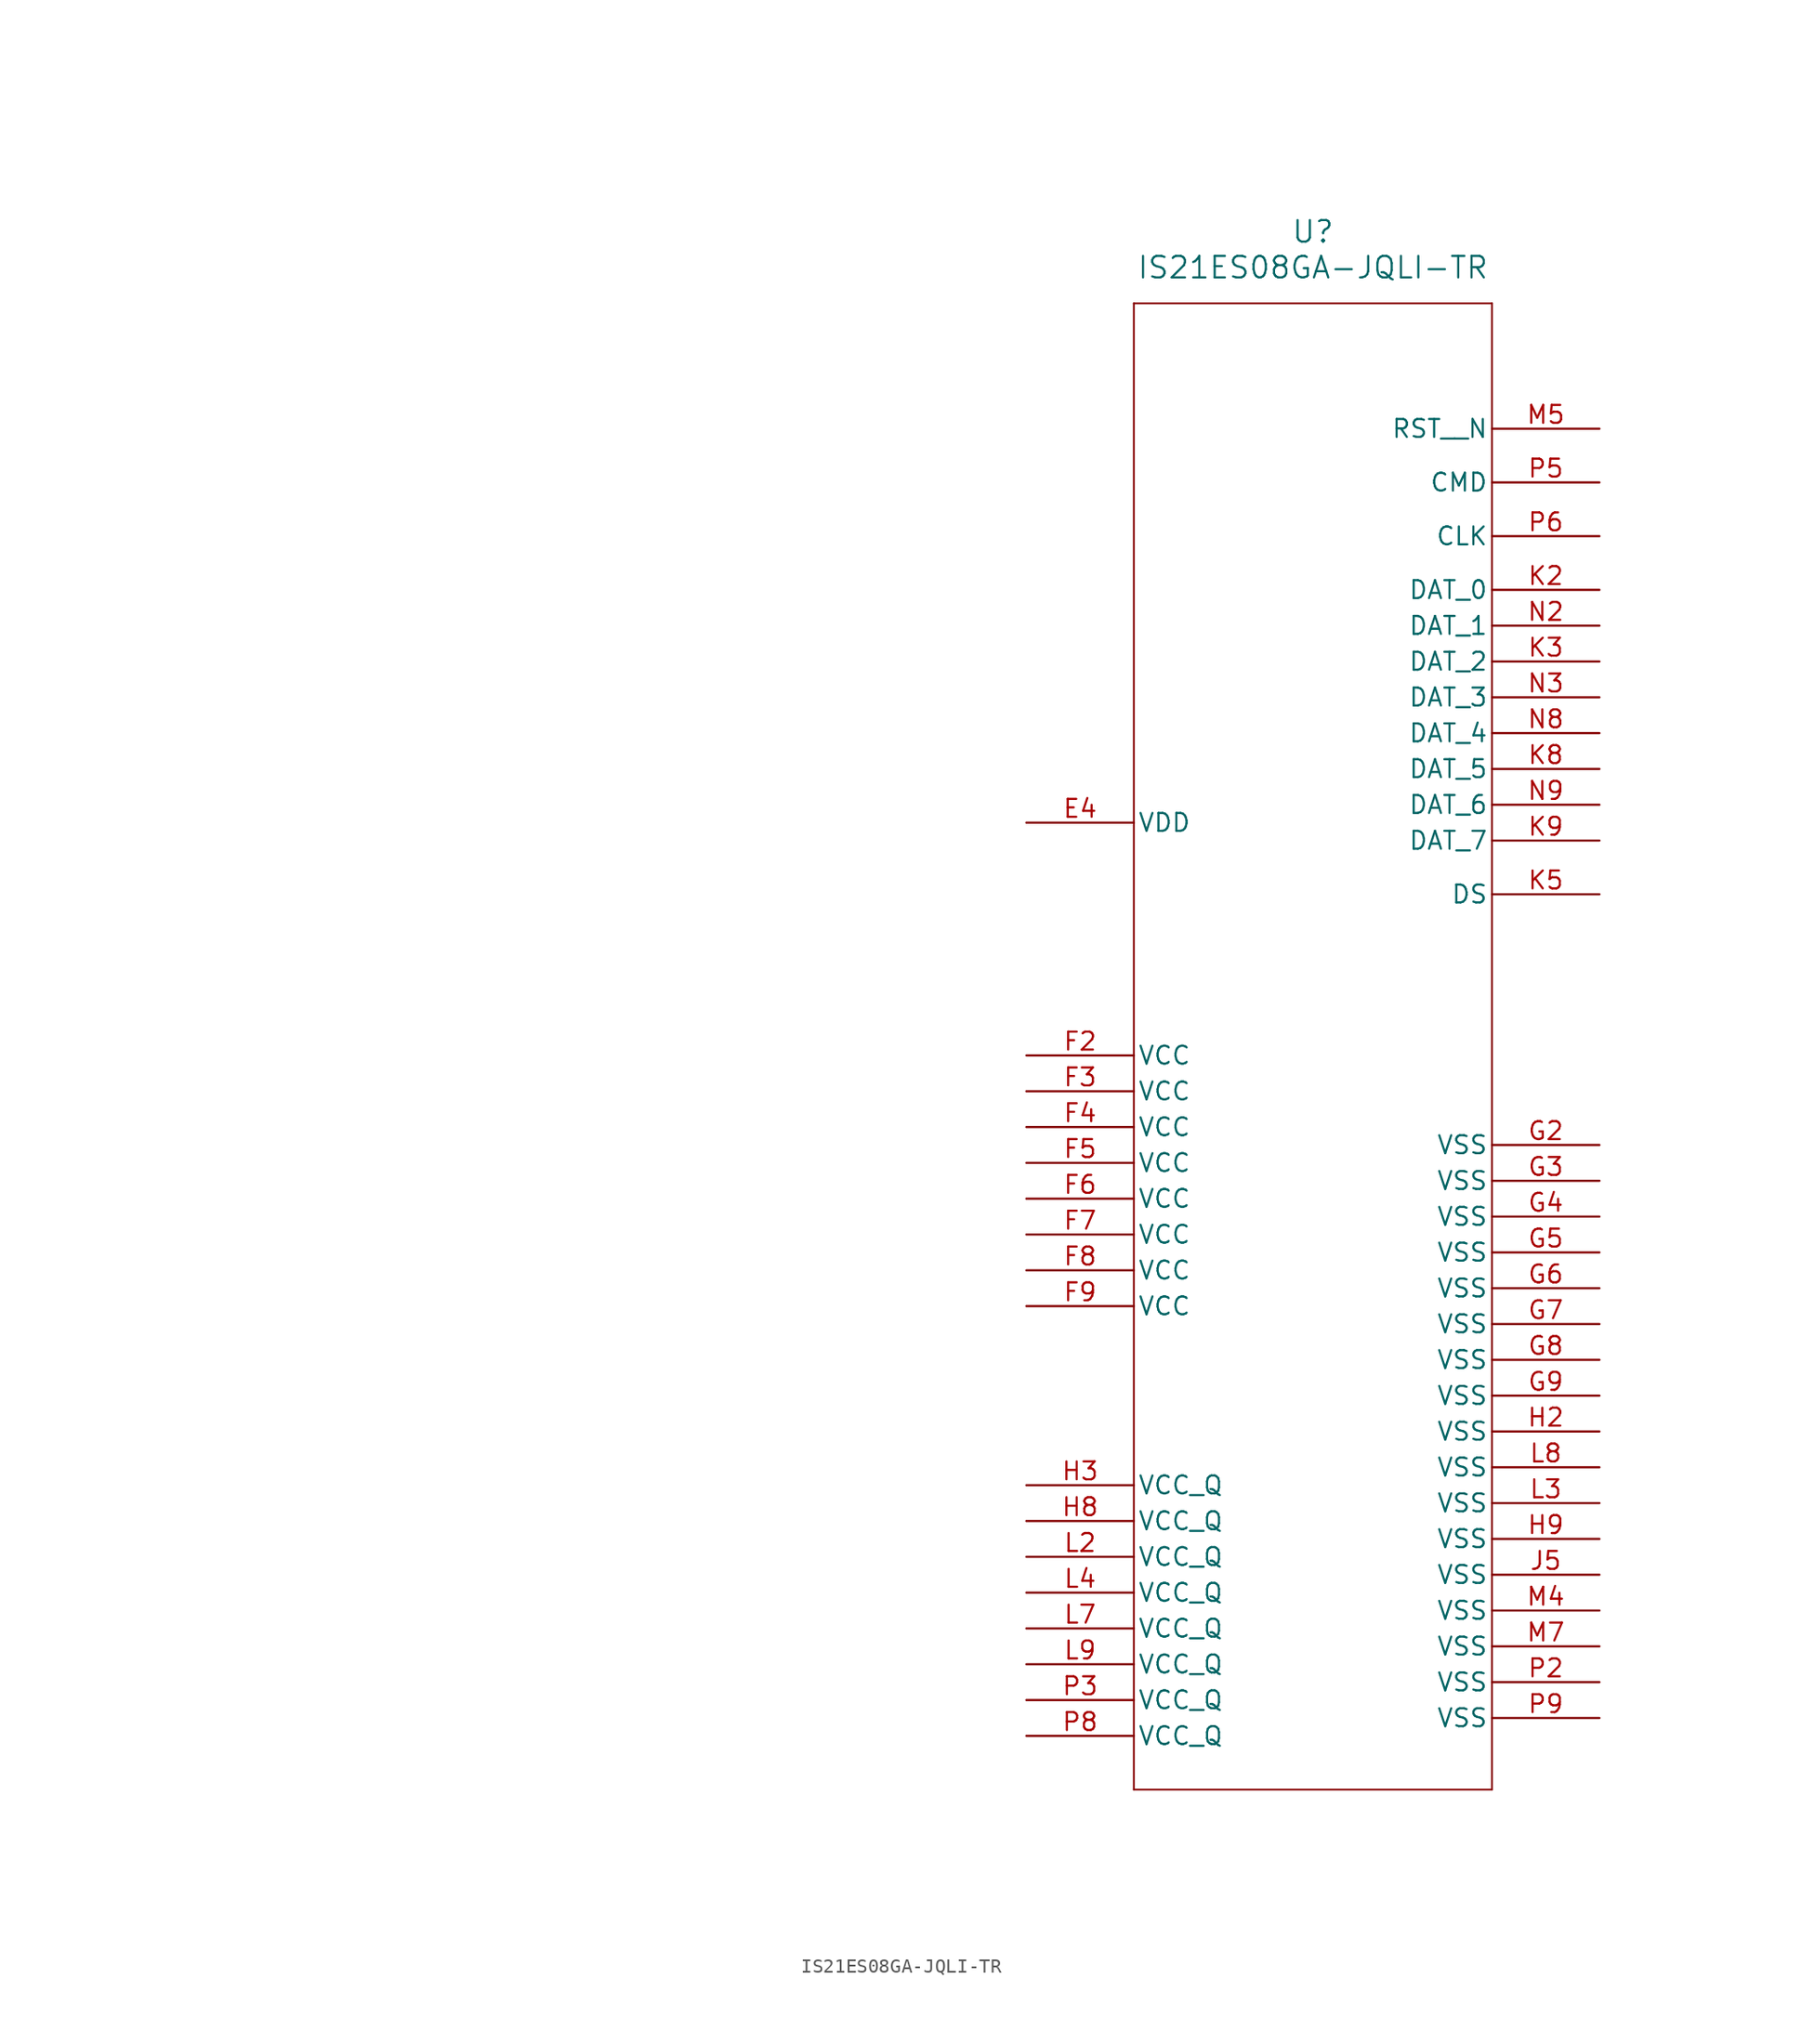
<source format=kicad_sym>
(kicad_symbol_lib
  (version 20241209)
  (generator "kicad_symbol_editor")
  (generator_version "9.0")
  (symbol "IS21ES08GA-JQLI-TR"
    (pin_names
      (offset 0.254))
    (property "Reference" "U"
      (at 33.02 -5.08 0)
      (effects (font (size 1.524 1.524))))
    (property "Value" "IS21ES08GA-JQLI-TR"
      (at 33.02 -7.62 0)
      (effects (font (size 1.524 1.524))))
    (property "ki_locked" ""
      (at 0 0 0)
      (effects (font (size 1.27 1.27))))
    (symbol "IS21ES08GA-JQLI-TR_0_1"
      (polyline (pts (xy 20.32 -10.16) (xy 20.32 -115.57)) (stroke (width 0.127) (type default)) (fill (type none)))
      (polyline (pts (xy 20.32 -115.57) (xy 45.72 -115.57)) (stroke (width 0.127) (type default)) (fill (type none)))
      (polyline (pts (xy 45.72 -10.16) (xy 20.32 -10.16)) (stroke (width 0.127) (type default)) (fill (type none)))
      (polyline (pts (xy 45.72 -115.57) (xy 45.72 -10.16)) (stroke (width 0.127) (type default)) (fill (type none)))
      (pin no_connect line (at -45.72 -11.43 0) (length 7.62) (hide yes) (name "RFU" (effects (font (size 1.27 1.27)))) (number "D2" (effects (font (size 1.27 1.27)))))
      (pin no_connect line (at -45.72 -13.97 0) (length 7.62) (hide yes) (name "RFU" (effects (font (size 1.27 1.27)))) (number "D3" (effects (font (size 1.27 1.27)))))
      (pin no_connect line (at -45.72 -16.51 0) (length 7.62) (hide yes) (name "RFU" (effects (font (size 1.27 1.27)))) (number "D4" (effects (font (size 1.27 1.27)))))
      (pin no_connect line (at -45.72 -19.05 0) (length 7.62) (hide yes) (name "RFU" (effects (font (size 1.27 1.27)))) (number "D5" (effects (font (size 1.27 1.27)))))
      (pin no_connect line (at -45.72 -21.59 0) (length 7.62) (hide yes) (name "RFU" (effects (font (size 1.27 1.27)))) (number "D6" (effects (font (size 1.27 1.27)))))
      (pin no_connect line (at -45.72 -24.13 0) (length 7.62) (hide yes) (name "RFU" (effects (font (size 1.27 1.27)))) (number "D7" (effects (font (size 1.27 1.27)))))
      (pin no_connect line (at -45.72 -26.67 0) (length 7.62) (hide yes) (name "RFU" (effects (font (size 1.27 1.27)))) (number "D8" (effects (font (size 1.27 1.27)))))
      (pin no_connect line (at -45.72 -29.21 0) (length 7.62) (hide yes) (name "RFU" (effects (font (size 1.27 1.27)))) (number "D9" (effects (font (size 1.27 1.27)))))
      (pin no_connect line (at -45.72 -31.75 0) (length 7.62) (hide yes) (name "RFU" (effects (font (size 1.27 1.27)))) (number "E2" (effects (font (size 1.27 1.27)))))
      (pin no_connect line (at -45.72 -34.29 0) (length 7.62) (hide yes) (name "RFU" (effects (font (size 1.27 1.27)))) (number "E3" (effects (font (size 1.27 1.27)))))
      (pin no_connect line (at -45.72 -36.83 0) (length 7.62) (hide yes) (name "RFU" (effects (font (size 1.27 1.27)))) (number "P4" (effects (font (size 1.27 1.27)))))
      (pin no_connect line (at -45.72 -39.37 0) (length 7.62) (hide yes) (name "RFU" (effects (font (size 1.27 1.27)))) (number "N7" (effects (font (size 1.27 1.27)))))
      (pin no_connect line (at -45.72 -41.91 0) (length 7.62) (hide yes) (name "RFU" (effects (font (size 1.27 1.27)))) (number "N6" (effects (font (size 1.27 1.27)))))
      (pin no_connect line (at -45.72 -44.45 0) (length 7.62) (hide yes) (name "RFU" (effects (font (size 1.27 1.27)))) (number "N5" (effects (font (size 1.27 1.27)))))
      (pin no_connect line (at -45.72 -46.99 0) (length 7.62) (hide yes) (name "RFU" (effects (font (size 1.27 1.27)))) (number "N4" (effects (font (size 1.27 1.27)))))
      (pin no_connect line (at -45.72 -49.53 0) (length 7.62) (hide yes) (name "RFU" (effects (font (size 1.27 1.27)))) (number "E5" (effects (font (size 1.27 1.27)))))
      (pin no_connect line (at -45.72 -52.07 0) (length 7.62) (hide yes) (name "RFU" (effects (font (size 1.27 1.27)))) (number "E6" (effects (font (size 1.27 1.27)))))
      (pin no_connect line (at -45.72 -54.61 0) (length 7.62) (hide yes) (name "RFU" (effects (font (size 1.27 1.27)))) (number "E7" (effects (font (size 1.27 1.27)))))
      (pin no_connect line (at -45.72 -57.15 0) (length 7.62) (hide yes) (name "RFU" (effects (font (size 1.27 1.27)))) (number "E8" (effects (font (size 1.27 1.27)))))
      (pin no_connect line (at -45.72 -59.69 0) (length 7.62) (hide yes) (name "RFU" (effects (font (size 1.27 1.27)))) (number "E9" (effects (font (size 1.27 1.27)))))
      (pin no_connect line (at -45.72 -62.23 0) (length 7.62) (hide yes) (name "RFU" (effects (font (size 1.27 1.27)))) (number "H4" (effects (font (size 1.27 1.27)))))
      (pin no_connect line (at -45.72 -64.77 0) (length 7.62) (hide yes) (name "RFU" (effects (font (size 1.27 1.27)))) (number "H5" (effects (font (size 1.27 1.27)))))
      (pin no_connect line (at -45.72 -67.31 0) (length 7.62) (hide yes) (name "RFU" (effects (font (size 1.27 1.27)))) (number "H6" (effects (font (size 1.27 1.27)))))
      (pin no_connect line (at -45.72 -69.85 0) (length 7.62) (hide yes) (name "RFU" (effects (font (size 1.27 1.27)))) (number "H7" (effects (font (size 1.27 1.27)))))
      (pin no_connect line (at -45.72 -72.39 0) (length 7.62) (hide yes) (name "RFU" (effects (font (size 1.27 1.27)))) (number "J2" (effects (font (size 1.27 1.27)))))
      (pin no_connect line (at -45.72 -74.93 0) (length 7.62) (hide yes) (name "RFU" (effects (font (size 1.27 1.27)))) (number "J3" (effects (font (size 1.27 1.27)))))
      (pin no_connect line (at -45.72 -77.47 0) (length 7.62) (hide yes) (name "RFU" (effects (font (size 1.27 1.27)))) (number "J4" (effects (font (size 1.27 1.27)))))
      (pin no_connect line (at -45.72 -80.01 0) (length 7.62) (hide yes) (name "RFU" (effects (font (size 1.27 1.27)))) (number "J9" (effects (font (size 1.27 1.27)))))
      (pin no_connect line (at -45.72 -82.55 0) (length 7.62) (hide yes) (name "RFU" (effects (font (size 1.27 1.27)))) (number "J8" (effects (font (size 1.27 1.27)))))
      (pin no_connect line (at -45.72 -85.09 0) (length 7.62) (hide yes) (name "RFU" (effects (font (size 1.27 1.27)))) (number "J7" (effects (font (size 1.27 1.27)))))
      (pin no_connect line (at -45.72 -87.63 0) (length 7.62) (hide yes) (name "RFU" (effects (font (size 1.27 1.27)))) (number "J6" (effects (font (size 1.27 1.27)))))
      (pin no_connect line (at -45.72 -90.17 0) (length 7.62) (hide yes) (name "RFU" (effects (font (size 1.27 1.27)))) (number "K4" (effects (font (size 1.27 1.27)))))
      (pin no_connect line (at -45.72 -92.71 0) (length 7.62) (hide yes) (name "RFU" (effects (font (size 1.27 1.27)))) (number "K7" (effects (font (size 1.27 1.27)))))
      (pin no_connect line (at -45.72 -95.25 0) (length 7.62) (hide yes) (name "RFU" (effects (font (size 1.27 1.27)))) (number "K6" (effects (font (size 1.27 1.27)))))
      (pin no_connect line (at -45.72 -97.79 0) (length 7.62) (hide yes) (name "RFU" (effects (font (size 1.27 1.27)))) (number "L6" (effects (font (size 1.27 1.27)))))
      (pin no_connect line (at -45.72 -100.33 0) (length 7.62) (hide yes) (name "RFU" (effects (font (size 1.27 1.27)))) (number "L5" (effects (font (size 1.27 1.27)))))
      (pin no_connect line (at -45.72 -102.87 0) (length 7.62) (hide yes) (name "RFU" (effects (font (size 1.27 1.27)))) (number "M3" (effects (font (size 1.27 1.27)))))
      (pin no_connect line (at -45.72 -105.41 0) (length 7.62) (hide yes) (name "RFU" (effects (font (size 1.27 1.27)))) (number "M2" (effects (font (size 1.27 1.27)))))
      (pin no_connect line (at -45.72 -107.95 0) (length 7.62) (hide yes) (name "RFU" (effects (font (size 1.27 1.27)))) (number "M9" (effects (font (size 1.27 1.27)))))
      (pin no_connect line (at -45.72 -110.49 0) (length 7.62) (hide yes) (name "RFU" (effects (font (size 1.27 1.27)))) (number "M8" (effects (font (size 1.27 1.27)))))
      (pin no_connect line (at -45.72 -113.03 0) (length 7.62) (hide yes) (name "RFU" (effects (font (size 1.27 1.27)))) (number "M6" (effects (font (size 1.27 1.27)))))
      (pin no_connect line (at -13.97 -10.16 0) (length 7.62) (hide yes) (name "NC" (effects (font (size 1.27 1.27)))) (number "U9" (effects (font (size 1.27 1.27)))))
      (pin no_connect line (at -13.97 -12.7 0) (length 7.62) (hide yes) (name "NC" (effects (font (size 1.27 1.27)))) (number "U2" (effects (font (size 1.27 1.27)))))
      (pin no_connect line (at -13.97 -15.24 0) (length 7.62) (hide yes) (name "NC" (effects (font (size 1.27 1.27)))) (number "U1" (effects (font (size 1.27 1.27)))))
      (pin no_connect line (at -13.97 -17.78 0) (length 7.62) (hide yes) (name "NC" (effects (font (size 1.27 1.27)))) (number "T10" (effects (font (size 1.27 1.27)))))
      (pin no_connect line (at -13.97 -20.32 0) (length 7.62) (hide yes) (name "NC" (effects (font (size 1.27 1.27)))) (number "T1" (effects (font (size 1.27 1.27)))))
      (pin no_connect line (at -13.97 -22.86 0) (length 7.62) (hide yes) (name "NC" (effects (font (size 1.27 1.27)))) (number "A1" (effects (font (size 1.27 1.27)))))
      (pin no_connect line (at -13.97 -25.4 0) (length 7.62) (hide yes) (name "NC" (effects (font (size 1.27 1.27)))) (number "A2" (effects (font (size 1.27 1.27)))))
      (pin no_connect line (at -13.97 -27.94 0) (length 7.62) (hide yes) (name "NC" (effects (font (size 1.27 1.27)))) (number "A9" (effects (font (size 1.27 1.27)))))
      (pin unspecified line (at -13.97 -30.48 0) (length 7.62) (hide yes) (name "NC" (effects (font (size 1.27 1.27)))) (number "A10" (effects (font (size 1.27 1.27)))))
      (pin no_connect line (at -13.97 -33.02 0) (length 7.62) (hide yes) (name "NC" (effects (font (size 1.27 1.27)))) (number "B1" (effects (font (size 1.27 1.27)))))
      (pin no_connect line (at -13.97 -35.56 0) (length 7.62) (hide yes) (name "NC" (effects (font (size 1.27 1.27)))) (number "B10" (effects (font (size 1.27 1.27)))))
      (pin power_in line (at 12.7 -46.99 0) (length 7.62) (name "VDD" (effects (font (size 1.27 1.27)))) (number "E4" (effects (font (size 1.27 1.27)))))
      (pin power_in line (at 12.7 -63.5 0) (length 7.62) (name "VCC" (effects (font (size 1.27 1.27)))) (number "F2" (effects (font (size 1.27 1.27)))))
      (pin power_in line (at 12.7 -66.04 0) (length 7.62) (name "VCC" (effects (font (size 1.27 1.27)))) (number "F3" (effects (font (size 1.27 1.27)))))
      (pin power_in line (at 12.7 -68.58 0) (length 7.62) (name "VCC" (effects (font (size 1.27 1.27)))) (number "F4" (effects (font (size 1.27 1.27)))))
      (pin power_in line (at 12.7 -71.12 0) (length 7.62) (name "VCC" (effects (font (size 1.27 1.27)))) (number "F5" (effects (font (size 1.27 1.27)))))
      (pin power_in line (at 12.7 -73.66 0) (length 7.62) (name "VCC" (effects (font (size 1.27 1.27)))) (number "F6" (effects (font (size 1.27 1.27)))))
      (pin power_in line (at 12.7 -76.2 0) (length 7.62) (name "VCC" (effects (font (size 1.27 1.27)))) (number "F7" (effects (font (size 1.27 1.27)))))
      (pin power_in line (at 12.7 -78.74 0) (length 7.62) (name "VCC" (effects (font (size 1.27 1.27)))) (number "F8" (effects (font (size 1.27 1.27)))))
      (pin power_in line (at 12.7 -81.28 0) (length 7.62) (name "VCC" (effects (font (size 1.27 1.27)))) (number "F9" (effects (font (size 1.27 1.27)))))
      (pin power_in line (at 12.7 -93.98 0) (length 7.62) (name "VCC_Q" (effects (font (size 1.27 1.27)))) (number "H3" (effects (font (size 1.27 1.27)))))
      (pin power_in line (at 12.7 -96.52 0) (length 7.62) (name "VCC_Q" (effects (font (size 1.27 1.27)))) (number "H8" (effects (font (size 1.27 1.27)))))
      (pin power_in line (at 12.7 -99.06 0) (length 7.62) (name "VCC_Q" (effects (font (size 1.27 1.27)))) (number "L2" (effects (font (size 1.27 1.27)))))
      (pin power_in line (at 12.7 -101.6 0) (length 7.62) (name "VCC_Q" (effects (font (size 1.27 1.27)))) (number "L4" (effects (font (size 1.27 1.27)))))
      (pin power_in line (at 12.7 -104.14 0) (length 7.62) (name "VCC_Q" (effects (font (size 1.27 1.27)))) (number "L7" (effects (font (size 1.27 1.27)))))
      (pin power_in line (at 12.7 -106.68 0) (length 7.62) (name "VCC_Q" (effects (font (size 1.27 1.27)))) (number "L9" (effects (font (size 1.27 1.27)))))
      (pin power_in line (at 12.7 -109.22 0) (length 7.62) (name "VCC_Q" (effects (font (size 1.27 1.27)))) (number "P3" (effects (font (size 1.27 1.27)))))
      (pin power_in line (at 12.7 -111.76 0) (length 7.62) (name "VCC_Q" (effects (font (size 1.27 1.27)))) (number "P8" (effects (font (size 1.27 1.27)))))
      (pin unspecified line (at 53.34 -19.05 180) (length 7.62) (name "RST__N" (effects (font (size 1.27 1.27)))) (number "M5" (effects (font (size 1.27 1.27)))))
      (pin unspecified line (at 53.34 -22.86 180) (length 7.62) (name "CMD" (effects (font (size 1.27 1.27)))) (number "P5" (effects (font (size 1.27 1.27)))))
      (pin input line (at 53.34 -26.67 180) (length 7.62) (name "CLK" (effects (font (size 1.27 1.27)))) (number "P6" (effects (font (size 1.27 1.27)))))
      (pin bidirectional line (at 53.34 -30.48 180) (length 7.62) (name "DAT_0" (effects (font (size 1.27 1.27)))) (number "K2" (effects (font (size 1.27 1.27)))))
      (pin bidirectional line (at 53.34 -33.02 180) (length 7.62) (name "DAT_1" (effects (font (size 1.27 1.27)))) (number "N2" (effects (font (size 1.27 1.27)))))
      (pin bidirectional line (at 53.34 -35.56 180) (length 7.62) (name "DAT_2" (effects (font (size 1.27 1.27)))) (number "K3" (effects (font (size 1.27 1.27)))))
      (pin bidirectional line (at 53.34 -38.1 180) (length 7.62) (name "DAT_3" (effects (font (size 1.27 1.27)))) (number "N3" (effects (font (size 1.27 1.27)))))
      (pin bidirectional line (at 53.34 -40.64 180) (length 7.62) (name "DAT_4" (effects (font (size 1.27 1.27)))) (number "N8" (effects (font (size 1.27 1.27)))))
      (pin bidirectional line (at 53.34 -43.18 180) (length 7.62) (name "DAT_5" (effects (font (size 1.27 1.27)))) (number "K8" (effects (font (size 1.27 1.27)))))
      (pin bidirectional line (at 53.34 -45.72 180) (length 7.62) (name "DAT_6" (effects (font (size 1.27 1.27)))) (number "N9" (effects (font (size 1.27 1.27)))))
      (pin unspecified line (at 53.34 -52.07 180) (length 7.62) (name "DS" (effects (font (size 1.27 1.27)))) (number "K5" (effects (font (size 1.27 1.27)))))
      (pin power_out line (at 53.34 -69.85 180) (length 7.62) (name "VSS" (effects (font (size 1.27 1.27)))) (number "G2" (effects (font (size 1.27 1.27)))))
      (pin power_out line (at 53.34 -72.39 180) (length 7.62) (name "VSS" (effects (font (size 1.27 1.27)))) (number "G3" (effects (font (size 1.27 1.27)))))
      (pin power_out line (at 53.34 -74.93 180) (length 7.62) (name "VSS" (effects (font (size 1.27 1.27)))) (number "G4" (effects (font (size 1.27 1.27)))))
      (pin power_out line (at 53.34 -77.47 180) (length 7.62) (name "VSS" (effects (font (size 1.27 1.27)))) (number "G5" (effects (font (size 1.27 1.27)))))
      (pin power_out line (at 53.34 -80.01 180) (length 7.62) (name "VSS" (effects (font (size 1.27 1.27)))) (number "G6" (effects (font (size 1.27 1.27)))))
      (pin power_out line (at 53.34 -82.55 180) (length 7.62) (name "VSS" (effects (font (size 1.27 1.27)))) (number "G7" (effects (font (size 1.27 1.27)))))
      (pin power_out line (at 53.34 -85.09 180) (length 7.62) (name "VSS" (effects (font (size 1.27 1.27)))) (number "G8" (effects (font (size 1.27 1.27)))))
      (pin power_out line (at 53.34 -87.63 180) (length 7.62) (name "VSS" (effects (font (size 1.27 1.27)))) (number "G9" (effects (font (size 1.27 1.27)))))
      (pin power_out line (at 53.34 -90.17 180) (length 7.62) (name "VSS" (effects (font (size 1.27 1.27)))) (number "H2" (effects (font (size 1.27 1.27)))))
      (pin power_out line (at 53.34 -92.71 180) (length 7.62) (name "VSS" (effects (font (size 1.27 1.27)))) (number "L8" (effects (font (size 1.27 1.27)))))
      (pin power_out line (at 53.34 -95.25 180) (length 7.62) (name "VSS" (effects (font (size 1.27 1.27)))) (number "L3" (effects (font (size 1.27 1.27)))))
      (pin power_out line (at 53.34 -97.79 180) (length 7.62) (name "VSS" (effects (font (size 1.27 1.27)))) (number "H9" (effects (font (size 1.27 1.27)))))
      (pin power_out line (at 53.34 -100.33 180) (length 7.62) (name "VSS" (effects (font (size 1.27 1.27)))) (number "J5" (effects (font (size 1.27 1.27)))))
      (pin power_out line (at 53.34 -102.87 180) (length 7.62) (name "VSS" (effects (font (size 1.27 1.27)))) (number "M4" (effects (font (size 1.27 1.27)))))
      (pin power_out line (at 53.34 -105.41 180) (length 7.62) (name "VSS" (effects (font (size 1.27 1.27)))) (number "M7" (effects (font (size 1.27 1.27)))))
      (pin power_out line (at 53.34 -107.95 180) (length 7.62) (name "VSS" (effects (font (size 1.27 1.27)))) (number "P2" (effects (font (size 1.27 1.27)))))
      (pin power_out line (at 53.34 -110.49 180) (length 7.62) (name "VSS" (effects (font (size 1.27 1.27)))) (number "P9" (effects (font (size 1.27 1.27))))))
    (symbol "IS21ES08GA-JQLI-TR_1_1"
      (pin unspecified line (at -45.72 -115.57 0) (length 7.62) (hide yes) (name "RFU" (effects (font (size 1.27 1.27)))) (number "P7" (effects (font (size 1.27 1.27)))))
      (pin unspecified line (at -13.97 -38.1 0) (length 7.62) (hide yes) (name "NC" (effects (font (size 1.27 1.27)))) (number "U10" (effects (font (size 1.27 1.27)))))
      (pin unspecified line (at 53.34 -48.26 180) (length 7.62) (name "DAT_7" (effects (font (size 1.27 1.27)))) (number "K9" (effects (font (size 1.27 1.27))))))))
</source>
